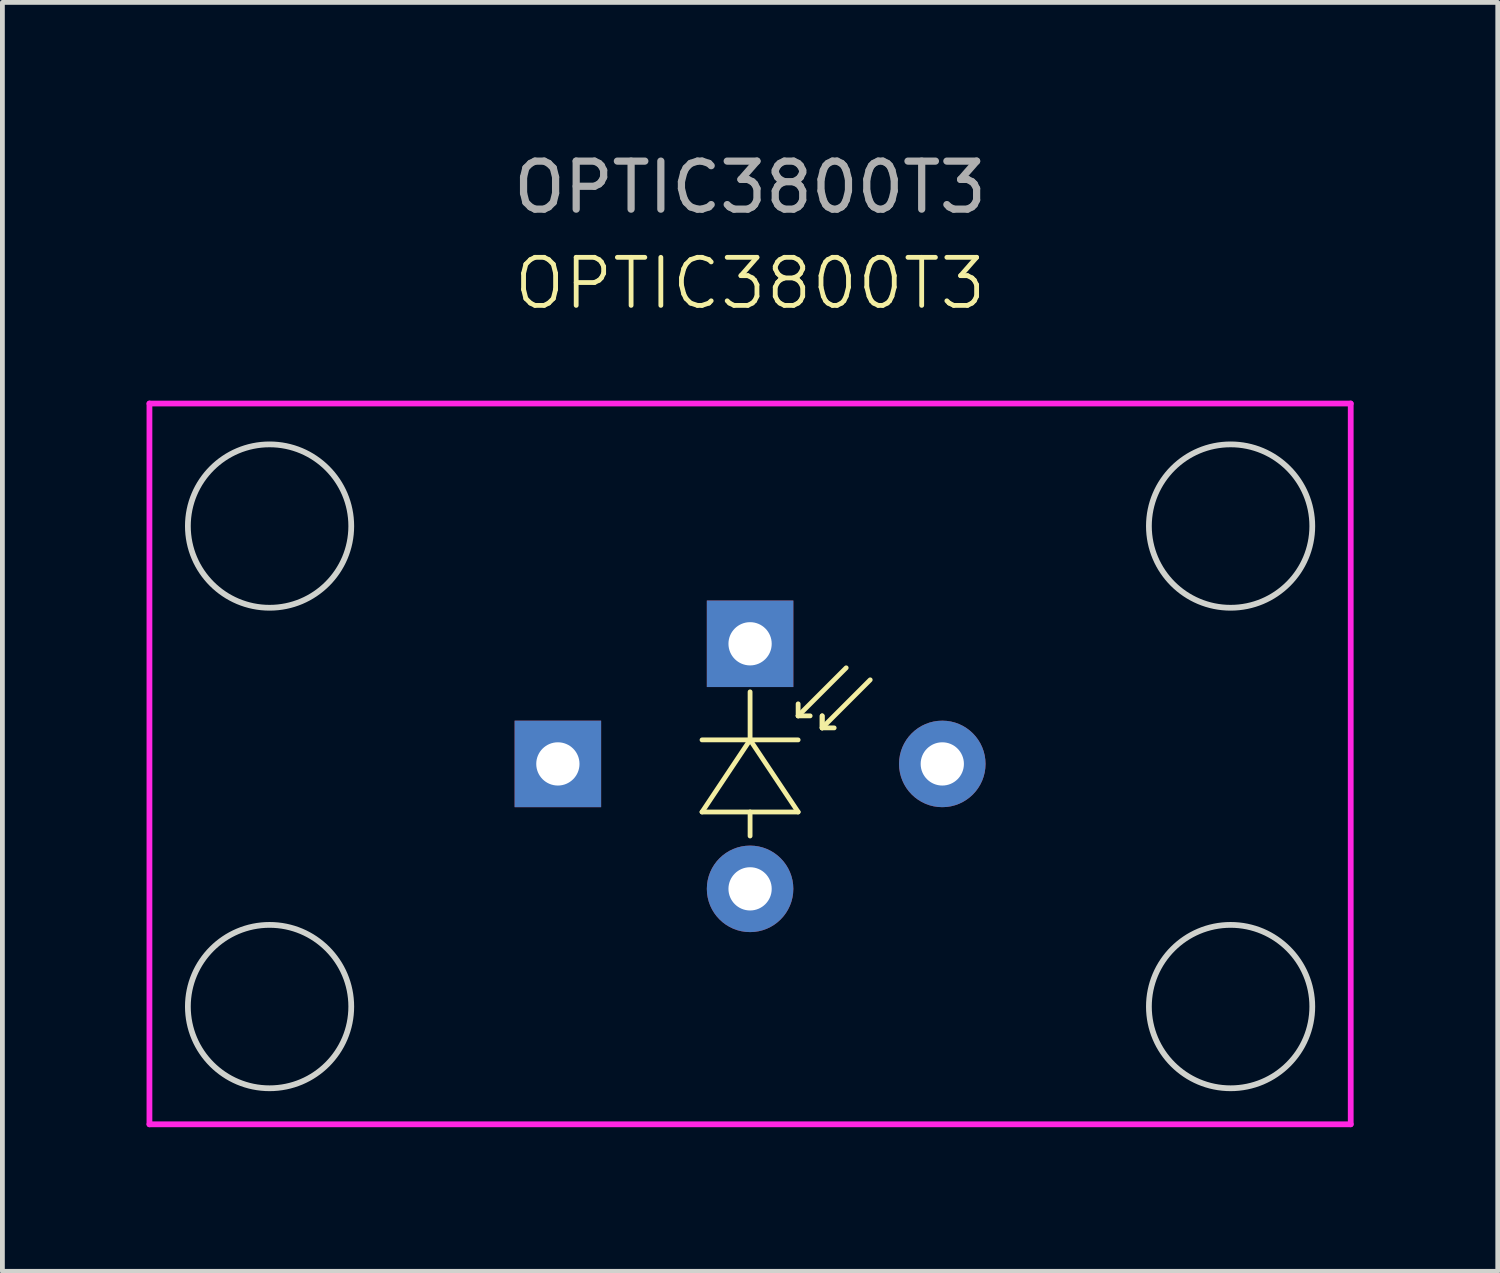
<source format=kicad_pcb>
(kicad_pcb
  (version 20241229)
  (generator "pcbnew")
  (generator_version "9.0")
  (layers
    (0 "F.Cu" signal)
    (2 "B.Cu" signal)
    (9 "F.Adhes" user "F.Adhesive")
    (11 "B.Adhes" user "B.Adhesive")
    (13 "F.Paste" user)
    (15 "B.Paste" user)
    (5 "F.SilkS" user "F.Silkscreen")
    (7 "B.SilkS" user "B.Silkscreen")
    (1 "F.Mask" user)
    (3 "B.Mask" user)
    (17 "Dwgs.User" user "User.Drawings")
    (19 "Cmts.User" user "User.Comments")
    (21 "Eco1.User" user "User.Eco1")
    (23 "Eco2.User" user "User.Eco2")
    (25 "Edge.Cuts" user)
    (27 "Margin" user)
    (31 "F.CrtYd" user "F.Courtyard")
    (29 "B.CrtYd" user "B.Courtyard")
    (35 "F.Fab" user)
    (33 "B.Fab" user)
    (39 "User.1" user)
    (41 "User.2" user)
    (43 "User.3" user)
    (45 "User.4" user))
  (footprint "OPTIC3800T3"
    (layer "F.Cu")
    (at 12.56 2.848)
    (property "Reference" "OPTIC3800T3" (at 0 0 0) (unlocked yes) (layer "F.SilkS") (effects (font (size 1 1) (thickness 0.1))))
    (attr through_hole)
    (fp_line (start -1 9.5) (end 1 9.5) (stroke (width 0.1) (type default)) (layer "F.SilkS"))
    (fp_line (start -1 11) (end 1 11) (stroke (width 0.1) (type default)) (layer "F.SilkS"))
    (fp_line (start 0 9.5) (end -1 11) (stroke (width 0.1) (type default)) (layer "F.SilkS"))
    (fp_line (start 0 9.5) (end 0 8.5) (stroke (width 0.1) (type default)) (layer "F.SilkS"))
    (fp_line (start 0 11) (end 0 11.5) (stroke (width 0.1) (type default)) (layer "F.SilkS"))
    (fp_line (start 1 8.75) (end 1 9) (stroke (width 0.1) (type default)) (layer "F.SilkS"))
    (fp_line (start 1 9) (end 1.25 9) (stroke (width 0.1) (type default)) (layer "F.SilkS"))
    (fp_line (start 1 9) (end 2 8) (stroke (width 0.1) (type default)) (layer "F.SilkS"))
    (fp_line (start 1 11) (end 0 9.5) (stroke (width 0.1) (type default)) (layer "F.SilkS"))
    (fp_line (start 1.5 9) (end 1.5 9.25) (stroke (width 0.1) (type default)) (layer "F.SilkS"))
    (fp_line (start 1.5 9.25) (end 1.5 9) (stroke (width 0.1) (type default)) (layer "F.SilkS"))
    (fp_line (start 1.5 9.25) (end 1.75 9.25) (stroke (width 0.1) (type default)) (layer "F.SilkS"))
    (fp_line (start 2.5 8.25) (end 1.5 9.25) (stroke (width 0.1) (type default)) (layer "F.SilkS"))
    (fp_circle (center -10 5.05) (end -8.3 5.05) (stroke (width 0.12) (type solid)) (fill no) (layer "Edge.Cuts"))
    (fp_circle (center -10 15.05) (end -8.3 15.05) (stroke (width 0.12) (type solid)) (fill no) (layer "Edge.Cuts"))
    (fp_circle (center 10 5.05) (end 11.7 5.05) (stroke (width 0.12) (type solid)) (fill no) (layer "Edge.Cuts"))
    (fp_circle (center 10 15.05) (end 11.7 15.05) (stroke (width 0.12) (type solid)) (fill no) (layer "Edge.Cuts"))
    (fp_line (start -12.5 2.5) (end -12.5 17.5) (stroke (width 0.12) (type solid)) (layer "F.CrtYd"))
    (fp_line (start -12.5 2.5) (end 12.5 2.5) (stroke (width 0.12) (type solid)) (layer "F.CrtYd"))
    (fp_line (start -12.5 17.5) (end 12.5 17.5) (stroke (width 0.12) (type solid)) (layer "F.CrtYd"))
    (fp_line (start 12.5 2.5) (end 12.5 17.5) (stroke (width 0.12) (type solid)) (layer "F.CrtYd"))
    (fp_text user "${REFERENCE}" (at 0 -2 0) (unlocked yes) (layer "F.Fab") (effects (font (size 1 1) (thickness 0.15))))
    (pad "1" thru_hole rect (at 0 7.5) (size 1.8 1.8) (drill 0.9) (layers "*.Cu" "*.Mask"))
    (pad "2" thru_hole circle (at 0 12.6) (size 1.8 1.8) (drill 0.9) (layers "*.Cu" "*.Mask"))
    (pad "3" thru_hole rect (at -4 10) (size 1.8 1.8) (drill 0.9) (layers "*.Cu" "*.Mask"))
    (pad "4" thru_hole circle (at 4 10) (size 1.8 1.8) (drill 0.9) (layers "*.Cu" "*.Mask")))
  (gr_rect
    (start -3 -3)
    (end 28.12 23.408)
    (stroke (width 0.1) (type default))
    (fill no)
    (layer "Edge.Cuts")))
</source>
